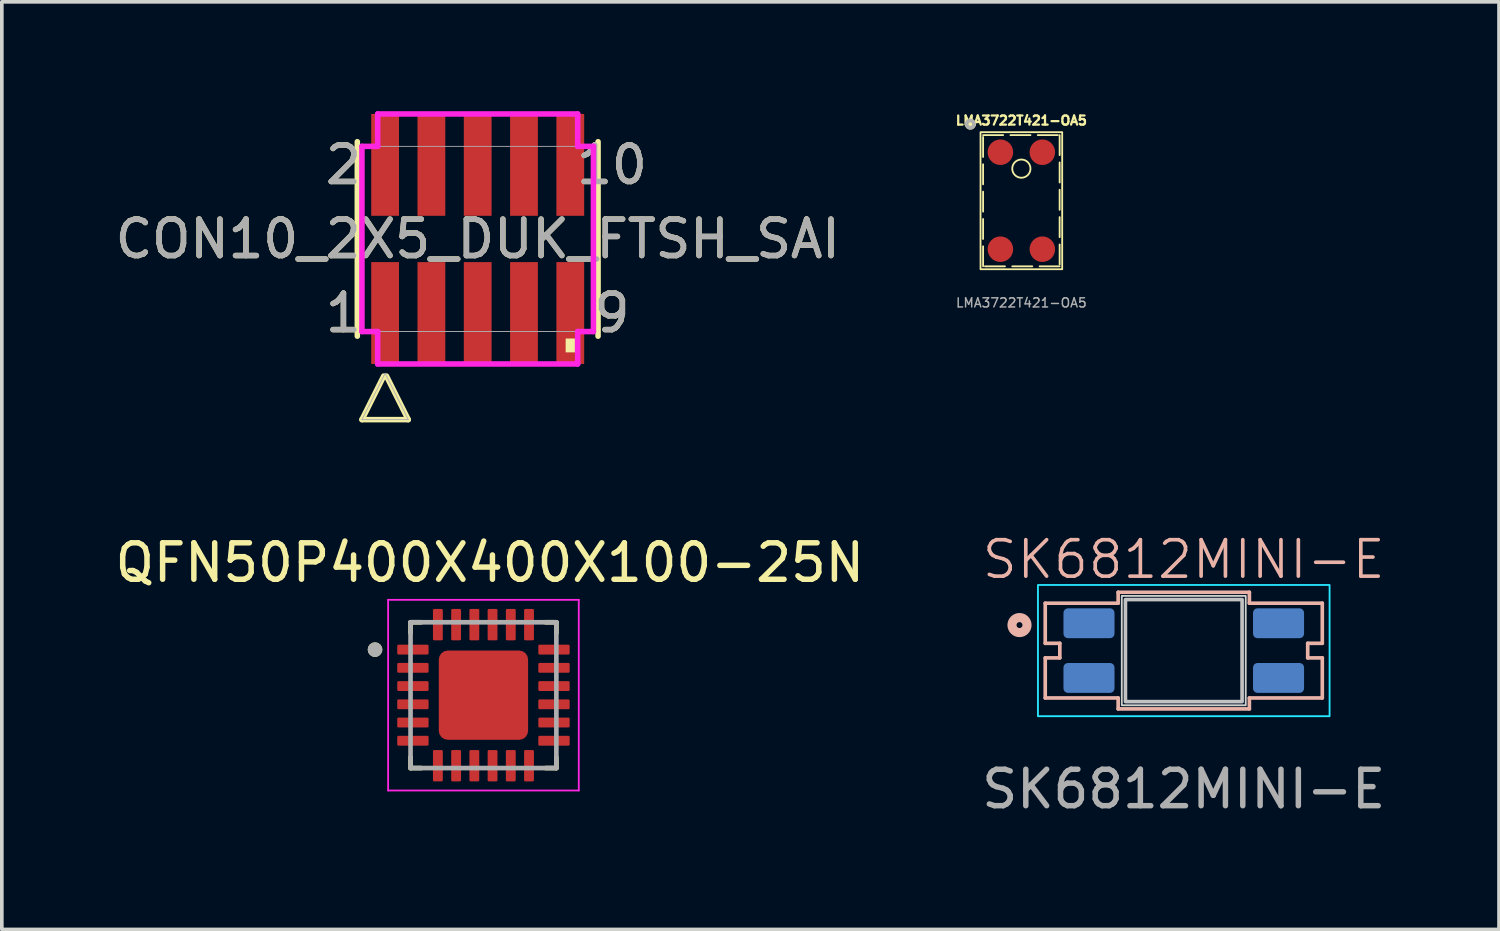
<source format=kicad_pcb>
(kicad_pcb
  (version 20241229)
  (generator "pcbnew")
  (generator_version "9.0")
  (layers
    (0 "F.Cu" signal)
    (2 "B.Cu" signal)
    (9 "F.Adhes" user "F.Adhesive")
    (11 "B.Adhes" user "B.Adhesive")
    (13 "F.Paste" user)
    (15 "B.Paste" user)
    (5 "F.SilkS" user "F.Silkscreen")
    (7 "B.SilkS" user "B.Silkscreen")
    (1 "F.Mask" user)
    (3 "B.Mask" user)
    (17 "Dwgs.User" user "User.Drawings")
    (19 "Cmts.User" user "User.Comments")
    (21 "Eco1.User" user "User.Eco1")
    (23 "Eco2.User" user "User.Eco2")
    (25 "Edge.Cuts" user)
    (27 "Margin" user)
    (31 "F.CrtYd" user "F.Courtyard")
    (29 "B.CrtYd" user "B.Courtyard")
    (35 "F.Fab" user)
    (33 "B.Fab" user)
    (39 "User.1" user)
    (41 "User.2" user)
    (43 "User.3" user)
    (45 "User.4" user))
  (footprint "LMA3722T421-OA5"
    (layer "F.Cu")
    (at 24.968 2.456)
    (property "Reference" "LMA3722T421-OA5" (at 0 -2.2 0) (unlocked yes) (layer "F.SilkS") (effects (font (size 0.25 0.25) (thickness 0.062))))
    (attr smd)
    (fp_rect (start -1.12 -1.88) (end 1.12 1.88) (stroke (width 0.05) (type solid)) (fill no) (layer "F.SilkS"))
    (fp_rect (start -1.05 -1.8) (end 1.05 1.8) (stroke (width 0.05) (type dash)) (fill no) (layer "F.SilkS"))
    (fp_circle (center -1.4 -2.1) (end -1.4 -2) (stroke (width 0.1) (type solid)) (fill yes) (layer "F.SilkS"))
    (fp_circle (center 0 -0.88) (end 0.25 -0.88) (stroke (width 0.05) (type solid)) (fill no) (layer "F.SilkS"))
    (fp_circle (center -1.4 -2.1) (end -1.4 -2) (stroke (width 0.1) (type solid)) (fill no) (layer "F.Fab"))
    (fp_text user "${REFERENCE}" (at 0 2.8 0) (unlocked yes) (layer "F.Fab") (effects (font (size 0.25 0.25) (thickness 0.04))))
    (pad "1" smd circle (at -0.575 -1.33) (size 0.7 0.7) (layers "F.Cu" "F.Mask" "F.Paste"))
    (pad "2" smd circle (at 0.575 -1.33) (size 0.7 0.7) (layers "F.Cu" "F.Mask" "F.Paste"))
    (pad "3" smd circle (at 0.575 1.33) (size 0.7 0.7) (layers "F.Cu" "F.Mask" "F.Paste"))
    (pad "4" smd circle (at -0.575 1.33) (size 0.7 0.7) (layers "F.Cu" "F.Mask" "F.Paste")))
  (footprint "SK6812MINI-E"
    (layer "F.Cu")
    (at 29.423 14.797)
    (property "Reference" "SK6812MINI-E" (at 0 -2.5 0) (unlocked yes) (layer "B.SilkS") (effects (font (size 1 1) (thickness 0.1))))
    (attr smd)
    (fp_line (start -3.8 -1.3) (end -3.8 -0.2) (stroke (width 0.1) (type default)) (layer "B.SilkS"))
    (fp_line (start -3.8 -1.3) (end -1.8 -1.3) (stroke (width 0.1) (type default)) (layer "B.SilkS"))
    (fp_line (start -3.8 0.2) (end -3.8 1.3) (stroke (width 0.1) (type default)) (layer "B.SilkS"))
    (fp_line (start -3.8 0.2) (end -3.4 0.2) (stroke (width 0.1) (type default)) (layer "B.SilkS"))
    (fp_line (start -3.4 -0.2) (end -3.8 -0.2) (stroke (width 0.1) (type default)) (layer "B.SilkS"))
    (fp_line (start -3.4 -0.2) (end -3.4 0.2) (stroke (width 0.1) (type default)) (layer "B.SilkS"))
    (fp_line (start -1.8 -1.6) (end 1.8 -1.6) (stroke (width 0.1) (type default)) (layer "B.SilkS"))
    (fp_line (start -1.8 -1.3) (end -1.8 -1.6) (stroke (width 0.1) (type default)) (layer "B.SilkS"))
    (fp_line (start -1.8 1.3) (end -3.8 1.3) (stroke (width 0.1) (type default)) (layer "B.SilkS"))
    (fp_line (start -1.8 1.3) (end -1.8 1.6) (stroke (width 0.1) (type default)) (layer "B.SilkS"))
    (fp_line (start 1.8 -1.3) (end 1.8 -1.6) (stroke (width 0.1) (type default)) (layer "B.SilkS"))
    (fp_line (start 1.8 -1.3) (end 3.8 -1.3) (stroke (width 0.1) (type default)) (layer "B.SilkS"))
    (fp_line (start 1.8 1.3) (end 1.8 1.6) (stroke (width 0.1) (type default)) (layer "B.SilkS"))
    (fp_line (start 1.8 1.6) (end -1.8 1.6) (stroke (width 0.1) (type default)) (layer "B.SilkS"))
    (fp_line (start 3.4 -0.2) (end 3.4 0.2) (stroke (width 0.1) (type default)) (layer "B.SilkS"))
    (fp_line (start 3.4 0.2) (end 3.8 0.2) (stroke (width 0.1) (type default)) (layer "B.SilkS"))
    (fp_line (start 3.8 -1.3) (end 3.8 -0.2) (stroke (width 0.1) (type default)) (layer "B.SilkS"))
    (fp_line (start 3.8 -0.2) (end 3.4 -0.2) (stroke (width 0.1) (type default)) (layer "B.SilkS"))
    (fp_line (start 3.8 0.2) (end 3.8 1.3) (stroke (width 0.1) (type default)) (layer "B.SilkS"))
    (fp_line (start 3.8 1.3) (end 1.8 1.3) (stroke (width 0.1) (type default)) (layer "B.SilkS"))
    (fp_circle (center -4.506 -0.7) (end -4.706 -0.65) (stroke (width 0.25) (type solid)) (fill no) (layer "B.SilkS"))
    (fp_rect (start -1.6 -1.4) (end 1.6 1.4) (stroke (width 0.1) (type solid)) (fill no) (layer "Dwgs.User"))
    (fp_rect (start -1.7 -1.5) (end 1.7 1.5) (stroke (width 0.05) (type solid)) (fill no) (layer "Edge.Cuts"))
    (fp_rect (start -4 -1.8) (end 4 1.8) (stroke (width 0.05) (type default)) (fill no) (layer "B.CrtYd"))
    (fp_text user "${REFERENCE}" (at 0 3.8 0) (unlocked yes) (layer "F.Fab") (effects (font (size 1 1) (thickness 0.15))))
    (pad "1" smd roundrect (at -2.6 -0.75) (size 1.4 0.82) (layers "B.Cu" "B.Mask" "B.Paste") (roundrect_rratio 0.15))
    (pad "2" smd roundrect (at -2.6 0.75) (size 1.4 0.82) (layers "B.Cu" "B.Mask" "B.Paste") (roundrect_rratio 0.15))
    (pad "3" smd roundrect (at 2.6 0.75) (size 1.4 0.82) (layers "B.Cu" "B.Mask" "B.Paste") (roundrect_rratio 0.15))
    (pad "4" smd roundrect (at 2.6 -0.75) (size 1.4 0.82) (layers "B.Cu" "B.Mask" "B.Paste") (roundrect_rratio 0.15)))
  (footprint "CON10_2X5_DUK_FTSH_SAI"
    (layer "F.Cu")
    (at 10.054 3.505)
    (property "Reference" "CON10_2X5_DUK_FTSH_SAI" (at 0 0 0) (unlocked yes) (layer "F.SilkS") (effects (font (size 1 1) (thickness 0.15))))
    (attr smd)
    (fp_line (start -3.302 -2.667) (end -3.302 2.667) (stroke (width 0.152) (type solid)) (layer "F.SilkS"))
    (fp_line (start -3.175 4.956) (end -2.578 3.762) (stroke (width 0.152) (type solid)) (layer "F.SilkS"))
    (fp_line (start -2.502 3.762) (end -1.905 4.956) (stroke (width 0.152) (type solid)) (layer "F.SilkS"))
    (fp_line (start -1.905 4.956) (end -3.175 4.956) (stroke (width 0.152) (type solid)) (layer "F.SilkS"))
    (fp_line (start 3.302 2.667) (end 3.302 -2.667) (stroke (width 0.152) (type solid)) (layer "F.SilkS"))
    (fp_poly (pts (xy 2.413 2.731) (xy 2.413 3.111) (xy 2.667 3.111) (xy 2.667 2.731)) (stroke (width 0) (type solid)) (fill yes) (layer "F.SilkS"))
    (fp_line (start -3.175 -2.54) (end -2.743 -2.54) (stroke (width 0.152) (type solid)) (layer "F.CrtYd"))
    (fp_line (start -3.175 2.54) (end -3.175 -2.54) (stroke (width 0.152) (type solid)) (layer "F.CrtYd"))
    (fp_line (start -2.743 -2.54) (end -2.743 -3.429) (stroke (width 0.152) (type solid)) (layer "F.CrtYd"))
    (fp_line (start -2.743 2.54) (end -3.175 2.54) (stroke (width 0.152) (type solid)) (layer "F.CrtYd"))
    (fp_line (start -2.743 3.429) (end -2.743 2.54) (stroke (width 0.152) (type solid)) (layer "F.CrtYd"))
    (fp_line (start -2.743 3.429) (end 2.743 3.429) (stroke (width 0.152) (type solid)) (layer "F.CrtYd"))
    (fp_line (start 2.743 -3.429) (end -2.743 -3.429) (stroke (width 0.152) (type solid)) (layer "F.CrtYd"))
    (fp_line (start 2.743 -3.429) (end 2.743 -2.54) (stroke (width 0.152) (type solid)) (layer "F.CrtYd"))
    (fp_line (start 2.743 -2.54) (end 3.175 -2.54) (stroke (width 0.152) (type solid)) (layer "F.CrtYd"))
    (fp_line (start 2.743 2.54) (end 2.743 3.429) (stroke (width 0.152) (type solid)) (layer "F.CrtYd"))
    (fp_line (start 3.175 -2.54) (end 3.175 2.54) (stroke (width 0.152) (type solid)) (layer "F.CrtYd"))
    (fp_line (start 3.175 2.54) (end 2.743 2.54) (stroke (width 0.152) (type solid)) (layer "F.CrtYd"))
    (fp_line (start -3.175 -2.54) (end -3.175 2.54) (stroke (width 0.025) (type solid)) (layer "F.Fab"))
    (fp_line (start -3.175 2.54) (end 3.175 2.54) (stroke (width 0.025) (type solid)) (layer "F.Fab"))
    (fp_line (start -3.175 4.956) (end -2.54 3.686) (stroke (width 0.025) (type solid)) (layer "F.Fab"))
    (fp_line (start -2.54 3.686) (end -1.905 4.956) (stroke (width 0.025) (type solid)) (layer "F.Fab"))
    (fp_line (start -1.905 4.956) (end -3.175 4.956) (stroke (width 0.025) (type solid)) (layer "F.Fab"))
    (fp_line (start 3.175 -2.54) (end -3.175 -2.54) (stroke (width 0.025) (type solid)) (layer "F.Fab"))
    (fp_line (start 3.175 2.54) (end 3.175 -2.54) (stroke (width 0.025) (type solid)) (layer "F.Fab"))
    (fp_text user "10" (at 3.683 -2.032 0) (unlocked yes) (layer "F.SilkS") (effects (font (size 1 1) (thickness 0.15))))
    (fp_text user "9" (at 3.683 2.032 0) (unlocked yes) (layer "F.SilkS") (effects (font (size 1 1) (thickness 0.15))))
    (fp_text user "1" (at -3.683 2.032 0) (unlocked yes) (layer "F.SilkS") (effects (font (size 1 1) (thickness 0.15))))
    (fp_text user "2" (at -3.683 -2.032 0) (unlocked yes) (layer "F.SilkS") (effects (font (size 1 1) (thickness 0.15))))
    (fp_text user "10" (at 3.683 -2.032 0) (unlocked yes) (layer "F.Fab") (effects (font (size 1 1) (thickness 0.15))))
    (fp_text user "${REFERENCE}" (at 0 0 0) (unlocked yes) (layer "F.Fab") (effects (font (size 1 1) (thickness 0.15))))
    (fp_text user "1" (at -3.683 2.032 0) (unlocked yes) (layer "F.Fab") (effects (font (size 1 1) (thickness 0.15))))
    (fp_text user "2" (at -3.683 -2.032 0) (unlocked yes) (layer "F.Fab") (effects (font (size 1 1) (thickness 0.15))))
    (fp_text user "9" (at 3.683 2.032 0) (unlocked yes) (layer "F.Fab") (effects (font (size 1 1) (thickness 0.15))))
    (pad "1" smd rect (at -2.54 2.032) (size 0.762 2.794) (layers "F.Cu" "F.Mask" "F.Paste"))
    (pad "2" smd rect (at -2.54 -2.032) (size 0.762 2.794) (layers "F.Cu" "F.Mask" "F.Paste"))
    (pad "3" smd rect (at -1.27 2.032) (size 0.762 2.794) (layers "F.Cu" "F.Mask" "F.Paste"))
    (pad "4" smd rect (at -1.27 -2.032) (size 0.762 2.794) (layers "F.Cu" "F.Mask" "F.Paste"))
    (pad "5" smd rect (at 0 2.032) (size 0.762 2.794) (layers "F.Cu" "F.Mask" "F.Paste"))
    (pad "6" smd rect (at 0 -2.032) (size 0.762 2.794) (layers "F.Cu" "F.Mask" "F.Paste"))
    (pad "7" smd rect (at 1.27 2.032) (size 0.762 2.794) (layers "F.Cu" "F.Mask" "F.Paste"))
    (pad "8" smd rect (at 1.27 -2.032) (size 0.762 2.794) (layers "F.Cu" "F.Mask" "F.Paste"))
    (pad "9" smd rect (at 2.54 2.032) (size 0.762 2.794) (layers "F.Cu" "F.Mask" "F.Paste"))
    (pad "10" smd rect (at 2.54 -2.032) (size 0.762 2.794) (layers "F.Cu" "F.Mask" "F.Paste")))
  (footprint "QFN50P400X400X100-25N"
    (layer "F.Cu")
    (at 10.212 16.02)
    (property "Reference" "QFN50P400X400X100-25N" (at 0.175 -3.635 0) (layer "F.SilkS") (effects (font (size 1 1) (thickness 0.15))))
    (attr smd)
    (fp_line (start -2 -2) (end -2 -1.705) (stroke (width 0.127) (type solid)) (layer "F.SilkS"))
    (fp_line (start -2 -2) (end -1.705 -2) (stroke (width 0.127) (type solid)) (layer "F.SilkS"))
    (fp_line (start -2 2) (end -2 1.705) (stroke (width 0.127) (type solid)) (layer "F.SilkS"))
    (fp_line (start -2 2) (end -1.705 2) (stroke (width 0.127) (type solid)) (layer "F.SilkS"))
    (fp_line (start 2 -2) (end 1.705 -2) (stroke (width 0.127) (type solid)) (layer "F.SilkS"))
    (fp_line (start 2 -2) (end 2 -1.705) (stroke (width 0.127) (type solid)) (layer "F.SilkS"))
    (fp_line (start 2 2) (end 1.705 2) (stroke (width 0.127) (type solid)) (layer "F.SilkS"))
    (fp_line (start 2 2) (end 2 1.705) (stroke (width 0.127) (type solid)) (layer "F.SilkS"))
    (fp_circle (center -2.975 -1.25) (end -2.875 -1.25) (stroke (width 0.2) (type solid)) (fill no) (layer "F.SilkS"))
    (fp_poly (pts (xy -0.775 -0.775) (xy 0.775 -0.775) (xy 0.775 0.775) (xy -0.775 0.775)) (stroke (width 0.01) (type solid)) (fill yes) (layer "F.Paste"))
    (fp_line (start -2.615 -2.615) (end 2.615 -2.615) (stroke (width 0.05) (type solid)) (layer "F.CrtYd"))
    (fp_line (start -2.615 2.615) (end -2.615 -2.615) (stroke (width 0.05) (type solid)) (layer "F.CrtYd"))
    (fp_line (start -2.615 2.615) (end 2.615 2.615) (stroke (width 0.05) (type solid)) (layer "F.CrtYd"))
    (fp_line (start 2.615 2.615) (end 2.615 -2.615) (stroke (width 0.05) (type solid)) (layer "F.CrtYd"))
    (fp_line (start -2 2) (end -2 -2) (stroke (width 0.127) (type solid)) (layer "F.Fab"))
    (fp_line (start 2 -2) (end -2 -2) (stroke (width 0.127) (type solid)) (layer "F.Fab"))
    (fp_line (start 2 2) (end -2 2) (stroke (width 0.127) (type solid)) (layer "F.Fab"))
    (fp_line (start 2 2) (end 2 -2) (stroke (width 0.127) (type solid)) (layer "F.Fab"))
    (fp_circle (center -2.975 -1.25) (end -2.875 -1.25) (stroke (width 0.2) (type solid)) (fill no) (layer "F.Fab"))
    (pad "1" smd roundrect (at -1.935 -1.25) (size 0.86 0.27) (layers "F.Cu" "F.Mask" "F.Paste") (roundrect_rratio 0.125))
    (pad "2" smd roundrect (at -1.935 -0.75) (size 0.86 0.27) (layers "F.Cu" "F.Mask" "F.Paste") (roundrect_rratio 0.125))
    (pad "3" smd roundrect (at -1.935 -0.25) (size 0.86 0.27) (layers "F.Cu" "F.Mask" "F.Paste") (roundrect_rratio 0.125))
    (pad "4" smd roundrect (at -1.935 0.25) (size 0.86 0.27) (layers "F.Cu" "F.Mask" "F.Paste") (roundrect_rratio 0.125))
    (pad "5" smd roundrect (at -1.935 0.75) (size 0.86 0.27) (layers "F.Cu" "F.Mask" "F.Paste") (roundrect_rratio 0.125))
    (pad "6" smd roundrect (at -1.935 1.25) (size 0.86 0.27) (layers "F.Cu" "F.Mask" "F.Paste") (roundrect_rratio 0.125))
    (pad "7" smd roundrect (at -1.25 1.935) (size 0.27 0.86) (layers "F.Cu" "F.Mask" "F.Paste") (roundrect_rratio 0.125))
    (pad "8" smd roundrect (at -0.75 1.935) (size 0.27 0.86) (layers "F.Cu" "F.Mask" "F.Paste") (roundrect_rratio 0.125))
    (pad "9" smd roundrect (at -0.25 1.935) (size 0.27 0.86) (layers "F.Cu" "F.Mask" "F.Paste") (roundrect_rratio 0.125))
    (pad "10" smd roundrect (at 0.25 1.935) (size 0.27 0.86) (layers "F.Cu" "F.Mask" "F.Paste") (roundrect_rratio 0.125))
    (pad "11" smd roundrect (at 0.75 1.935) (size 0.27 0.86) (layers "F.Cu" "F.Mask" "F.Paste") (roundrect_rratio 0.125))
    (pad "12" smd roundrect (at 1.25 1.935) (size 0.27 0.86) (layers "F.Cu" "F.Mask" "F.Paste") (roundrect_rratio 0.125))
    (pad "13" smd roundrect (at 1.935 1.25) (size 0.86 0.27) (layers "F.Cu" "F.Mask" "F.Paste") (roundrect_rratio 0.125))
    (pad "14" smd roundrect (at 1.935 0.75) (size 0.86 0.27) (layers "F.Cu" "F.Mask" "F.Paste") (roundrect_rratio 0.125))
    (pad "15" smd roundrect (at 1.935 0.25) (size 0.86 0.27) (layers "F.Cu" "F.Mask" "F.Paste") (roundrect_rratio 0.125))
    (pad "16" smd roundrect (at 1.935 -0.25) (size 0.86 0.27) (layers "F.Cu" "F.Mask" "F.Paste") (roundrect_rratio 0.125))
    (pad "17" smd roundrect (at 1.935 -0.75) (size 0.86 0.27) (layers "F.Cu" "F.Mask" "F.Paste") (roundrect_rratio 0.125))
    (pad "18" smd roundrect (at 1.935 -1.25) (size 0.86 0.27) (layers "F.Cu" "F.Mask" "F.Paste") (roundrect_rratio 0.125))
    (pad "19" smd roundrect (at 1.25 -1.935) (size 0.27 0.86) (layers "F.Cu" "F.Mask" "F.Paste") (roundrect_rratio 0.125))
    (pad "20" smd roundrect (at 0.75 -1.935) (size 0.27 0.86) (layers "F.Cu" "F.Mask" "F.Paste") (roundrect_rratio 0.125))
    (pad "21" smd roundrect (at 0.25 -1.935) (size 0.27 0.86) (layers "F.Cu" "F.Mask" "F.Paste") (roundrect_rratio 0.125))
    (pad "22" smd roundrect (at -0.25 -1.935) (size 0.27 0.86) (layers "F.Cu" "F.Mask" "F.Paste") (roundrect_rratio 0.125))
    (pad "23" smd roundrect (at -0.75 -1.935) (size 0.27 0.86) (layers "F.Cu" "F.Mask" "F.Paste") (roundrect_rratio 0.125))
    (pad "24" smd roundrect (at -1.25 -1.935) (size 0.27 0.86) (layers "F.Cu" "F.Mask" "F.Paste") (roundrect_rratio 0.125))
    (pad "25" smd roundrect (at 0 0) (size 2.45 2.45) (layers "F.Cu" "F.Mask") (roundrect_rratio 0.102)))
  (gr_rect
    (start -3 -3)
    (end 38.071 22.446)
    (stroke (width 0.1) (type default))
    (fill no)
    (layer "Edge.Cuts")))
</source>
